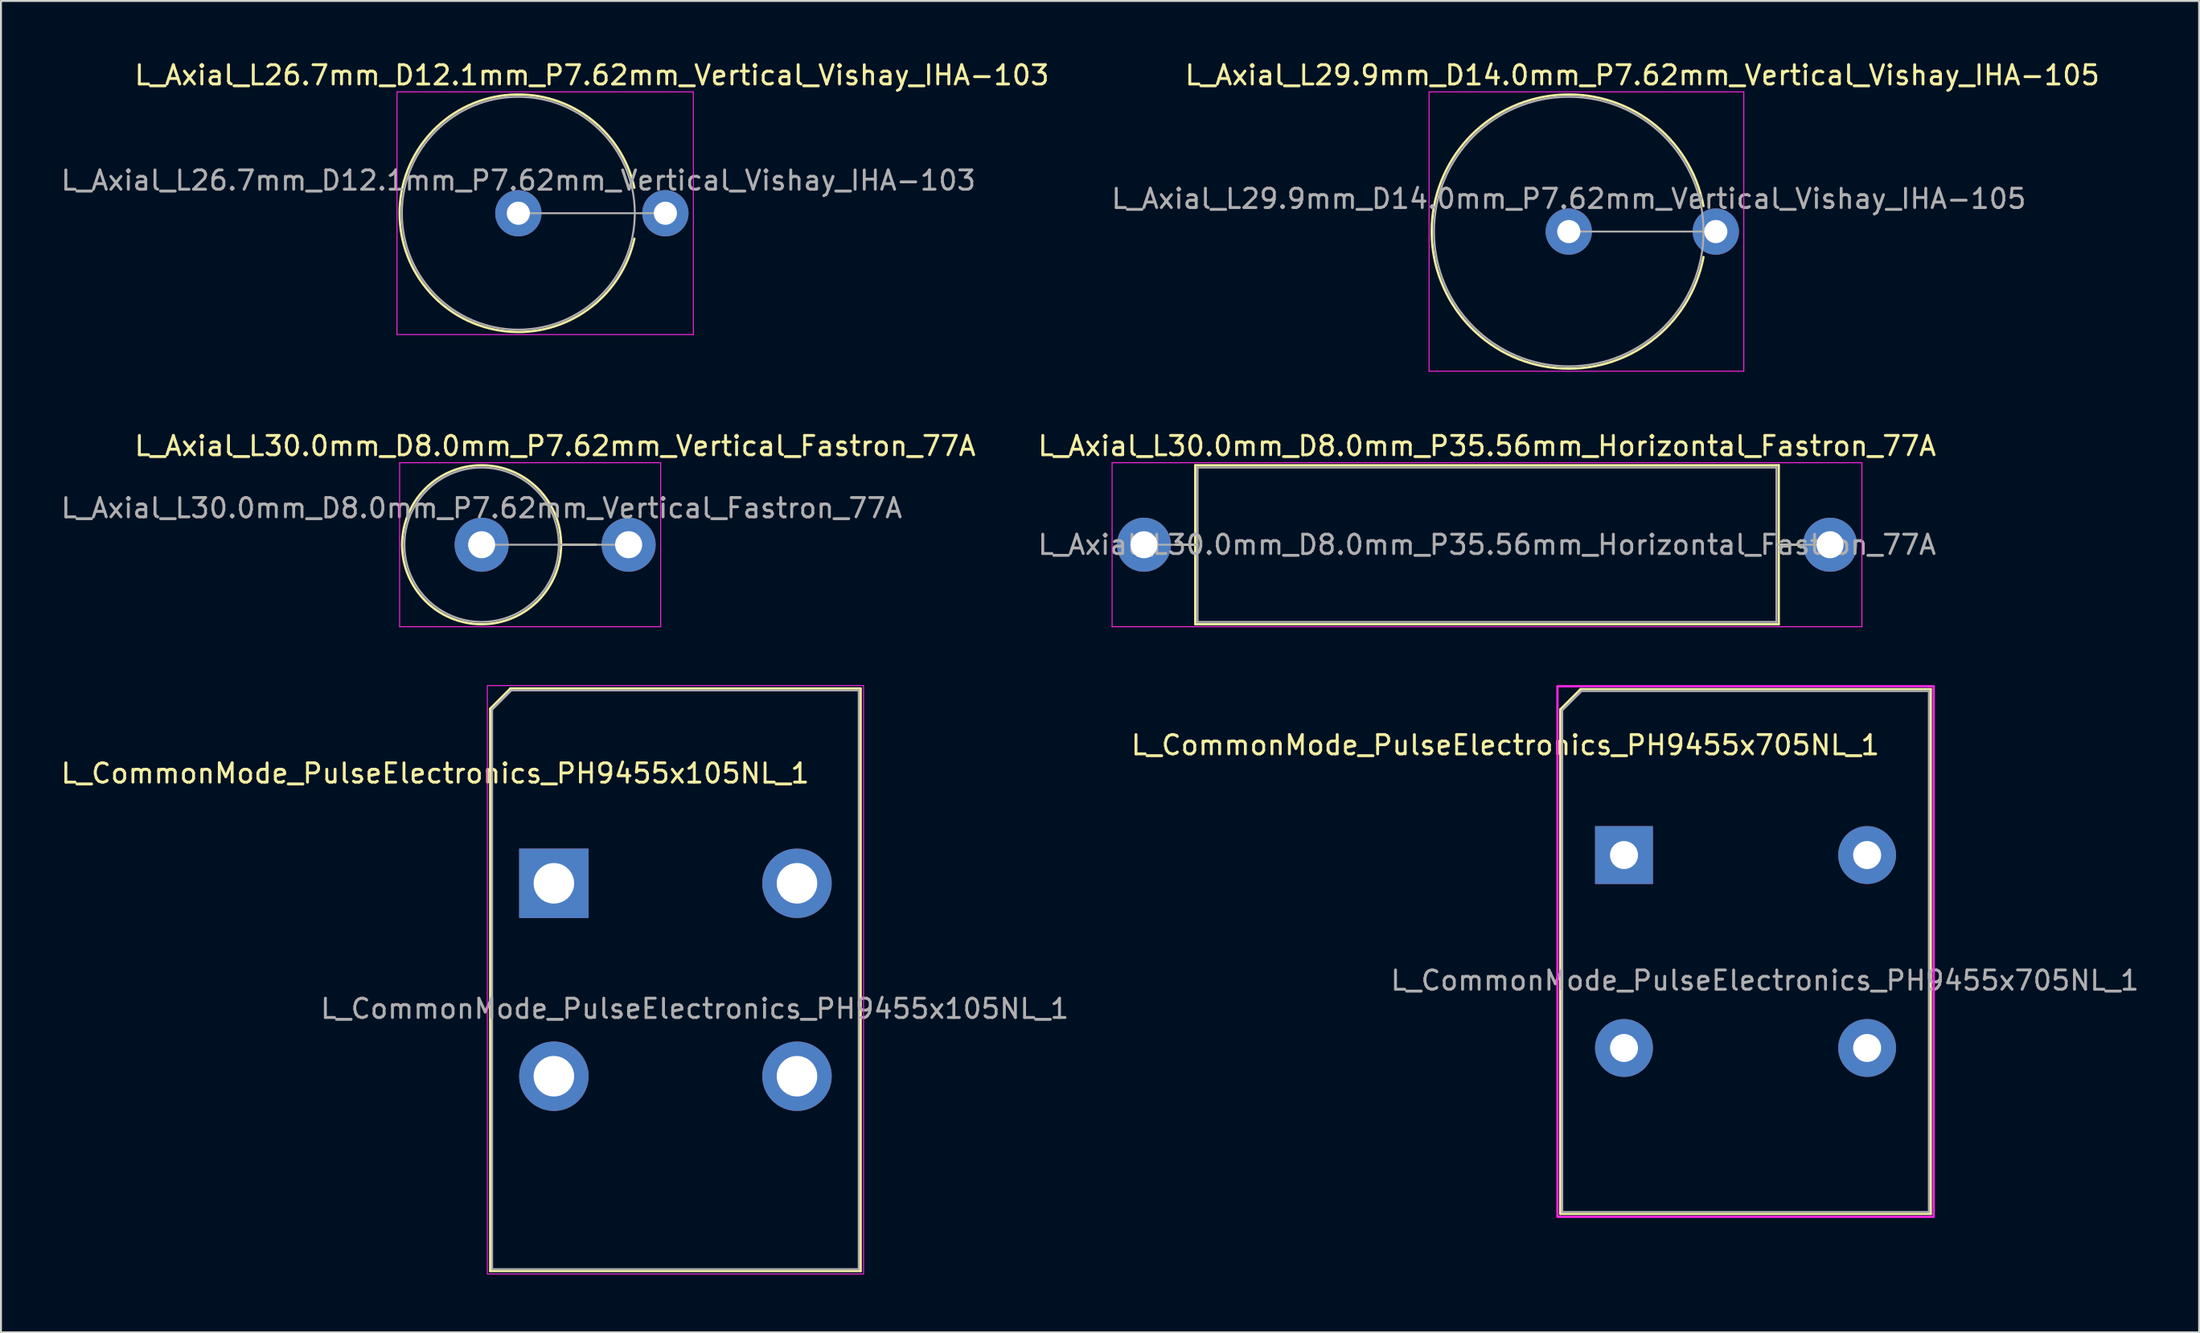
<source format=kicad_pcb>
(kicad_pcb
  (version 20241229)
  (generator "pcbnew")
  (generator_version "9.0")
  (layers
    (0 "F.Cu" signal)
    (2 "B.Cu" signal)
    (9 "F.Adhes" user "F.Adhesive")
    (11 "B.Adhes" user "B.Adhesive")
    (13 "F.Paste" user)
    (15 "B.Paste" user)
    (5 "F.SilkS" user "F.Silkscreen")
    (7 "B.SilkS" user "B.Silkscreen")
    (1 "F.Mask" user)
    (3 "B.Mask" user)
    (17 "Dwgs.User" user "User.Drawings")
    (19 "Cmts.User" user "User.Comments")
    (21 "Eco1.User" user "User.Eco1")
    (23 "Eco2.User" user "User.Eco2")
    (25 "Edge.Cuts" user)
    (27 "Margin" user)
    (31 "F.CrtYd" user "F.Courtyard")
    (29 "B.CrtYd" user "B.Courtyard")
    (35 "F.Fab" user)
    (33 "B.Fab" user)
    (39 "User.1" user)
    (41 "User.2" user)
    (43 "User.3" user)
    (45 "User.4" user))
  (footprint "L_Axial_L30.0mm_D8.0mm_P35.56mm_Horizontal_Fastron_77A"
    (layer "F.Cu")
    (at 56.238 25.186)
    (property "Reference" "L_Axial_L30.0mm_D8.0mm_P35.56mm_Horizontal_Fastron_77A" (at 17.78 -5.12 0) (layer "F.SilkS") (effects (font (size 1 1) (thickness 0.15))))
    (attr through_hole)
    (fp_line (start 1.64 0) (end 2.66 0) (stroke (width 0.12) (type solid)) (layer "F.SilkS"))
    (fp_line (start 2.66 -4.12) (end 2.66 4.12) (stroke (width 0.12) (type solid)) (layer "F.SilkS"))
    (fp_line (start 2.66 4.12) (end 32.9 4.12) (stroke (width 0.12) (type solid)) (layer "F.SilkS"))
    (fp_line (start 32.9 -4.12) (end 2.66 -4.12) (stroke (width 0.12) (type solid)) (layer "F.SilkS"))
    (fp_line (start 32.9 4.12) (end 32.9 -4.12) (stroke (width 0.12) (type solid)) (layer "F.SilkS"))
    (fp_line (start 33.92 0) (end 32.9 0) (stroke (width 0.12) (type solid)) (layer "F.SilkS"))
    (fp_line (start -1.65 -4.25) (end -1.65 4.25) (stroke (width 0.05) (type solid)) (layer "F.CrtYd"))
    (fp_line (start -1.65 4.25) (end 37.21 4.25) (stroke (width 0.05) (type solid)) (layer "F.CrtYd"))
    (fp_line (start 37.21 -4.25) (end -1.65 -4.25) (stroke (width 0.05) (type solid)) (layer "F.CrtYd"))
    (fp_line (start 37.21 4.25) (end 37.21 -4.25) (stroke (width 0.05) (type solid)) (layer "F.CrtYd"))
    (fp_line (start 0 0) (end 2.78 0) (stroke (width 0.1) (type solid)) (layer "F.Fab"))
    (fp_line (start 2.78 -4) (end 2.78 4) (stroke (width 0.1) (type solid)) (layer "F.Fab"))
    (fp_line (start 2.78 4) (end 32.78 4) (stroke (width 0.1) (type solid)) (layer "F.Fab"))
    (fp_line (start 32.78 -4) (end 2.78 -4) (stroke (width 0.1) (type solid)) (layer "F.Fab"))
    (fp_line (start 32.78 4) (end 32.78 -4) (stroke (width 0.1) (type solid)) (layer "F.Fab"))
    (fp_line (start 35.56 0) (end 32.78 0) (stroke (width 0.1) (type solid)) (layer "F.Fab"))
    (fp_text user "${REFERENCE}" (at 17.78 0 0) (layer "F.Fab") (effects (font (size 1 1) (thickness 0.15))))
    (pad "1" thru_hole circle (at 0 0) (size 2.8 2.8) (drill 1.4) (layers "*.Cu" "*.Mask"))
    (pad "2" thru_hole oval (at 35.56 0) (size 2.8 2.8) (drill 1.4) (layers "*.Cu" "*.Mask")))
  (footprint "L_Axial_L26.7mm_D12.1mm_P7.62mm_Vertical_Vishay_IHA-103"
    (layer "F.Cu")
    (at 23.815 8.003)
    (property "Reference" "L_Axial_L26.7mm_D12.1mm_P7.62mm_Vertical_Vishay_IHA-103" (at 3.81 -7.155 0) (layer "F.SilkS") (effects (font (size 1 1) (thickness 0.15))))
    (attr through_hole)
    (fp_arc (start 6.01179 1.32) (mid -6.155 0) (end 6.01179 -1.32) (stroke (width 0.12) (type solid)) (layer "F.SilkS"))
    (fp_line (start -6.29 -6.29) (end -6.29 6.29) (stroke (width 0.05) (type solid)) (layer "F.CrtYd"))
    (fp_line (start -6.29 6.29) (end 9.07 6.29) (stroke (width 0.05) (type solid)) (layer "F.CrtYd"))
    (fp_line (start 9.07 -6.29) (end -6.29 -6.29) (stroke (width 0.05) (type solid)) (layer "F.CrtYd"))
    (fp_line (start 9.07 6.29) (end 9.07 -6.29) (stroke (width 0.05) (type solid)) (layer "F.CrtYd"))
    (fp_line (start 0 0) (end 7.62 0) (stroke (width 0.1) (type solid)) (layer "F.Fab"))
    (fp_circle (center 0 0) (end 6.035 0) (stroke (width 0.1) (type solid)) (fill no) (layer "F.Fab"))
    (fp_text user "${REFERENCE}" (at 0 -1.7 0) (layer "F.Fab") (effects (font (size 1 1) (thickness 0.15))))
    (pad "1" thru_hole circle (at 0 0) (size 2.4 2.4) (drill 1.2) (layers "*.Cu" "*.Mask"))
    (pad "2" thru_hole oval (at 7.62 0) (size 2.4 2.4) (drill 1.2) (layers "*.Cu" "*.Mask")))
  (footprint "L_CommonMode_PulseElectronics_PH9455x705NL_1"
    (layer "F.Cu")
    (at 81.118 41.272)
    (property "Reference" "L_CommonMode_PulseElectronics_PH9455x705NL_1" (at -6.15 -5.7 0) (unlocked yes) (layer "F.SilkS") (effects (font (size 1 1) (thickness 0.15))))
    (attr through_hole)
    (fp_line (start -3.3 -7.55) (end -3.3 18.6) (stroke (width 0.12) (type solid)) (layer "F.SilkS"))
    (fp_line (start -3.3 18.6) (end 15.9 18.6) (stroke (width 0.12) (type solid)) (layer "F.SilkS"))
    (fp_line (start -2.25 -8.6) (end -3.3 -7.55) (stroke (width 0.12) (type solid)) (layer "F.SilkS"))
    (fp_line (start 15.9 -8.6) (end -2.25 -8.6) (stroke (width 0.12) (type solid)) (layer "F.SilkS"))
    (fp_line (start 15.9 18.6) (end 15.9 -8.6) (stroke (width 0.12) (type solid)) (layer "F.SilkS"))
    (fp_rect (start -3.45 -8.75) (end 16.05 18.75) (stroke (width 0.12) (type solid)) (fill no) (layer "F.CrtYd"))
    (fp_line (start -3.2 -7.5) (end -2.2 -8.5) (stroke (width 0.1) (type solid)) (layer "F.Fab"))
    (fp_line (start -3.2 18.5) (end -3.2 -7.5) (stroke (width 0.1) (type solid)) (layer "F.Fab"))
    (fp_line (start -2.2 -8.5) (end 15.8 -8.5) (stroke (width 0.1) (type solid)) (layer "F.Fab"))
    (fp_line (start 15.8 -8.5) (end 15.8 18.5) (stroke (width 0.1) (type solid)) (layer "F.Fab"))
    (fp_line (start 15.8 18.5) (end -3.2 18.5) (stroke (width 0.1) (type solid)) (layer "F.Fab"))
    (fp_text user "${REFERENCE}" (at 7.3 6.5 0) (unlocked yes) (layer "F.Fab") (effects (font (size 1 1) (thickness 0.15))))
    (pad "1" thru_hole rect (at 0 0) (size 3 3) (drill 1.45) (layers "*.Cu" "*.Mask"))
    (pad "2" thru_hole circle (at 0 10) (size 3 3) (drill 1.45) (layers "*.Cu" "*.Mask"))
    (pad "3" thru_hole circle (at 12.6 10) (size 3 3) (drill 1.45) (layers "*.Cu" "*.Mask"))
    (pad "4" thru_hole circle (at 12.6 0) (size 3 3) (drill 1.45) (layers "*.Cu" "*.Mask")))
  (footprint "L_Axial_L30.0mm_D8.0mm_P7.62mm_Vertical_Fastron_77A"
    (layer "F.Cu")
    (at 21.911 25.186)
    (property "Reference" "L_Axial_L30.0mm_D8.0mm_P7.62mm_Vertical_Fastron_77A" (at 3.81 -5.12 0) (layer "F.SilkS") (effects (font (size 1 1) (thickness 0.15))))
    (attr through_hole)
    (fp_line (start 4.12 0) (end 5.92 0) (stroke (width 0.12) (type solid)) (layer "F.SilkS"))
    (fp_circle (center 0 0) (end 4.12 0) (stroke (width 0.12) (type solid)) (fill no) (layer "F.SilkS"))
    (fp_line (start -4.25 -4.25) (end -4.25 4.25) (stroke (width 0.05) (type solid)) (layer "F.CrtYd"))
    (fp_line (start -4.25 4.25) (end 9.28 4.25) (stroke (width 0.05) (type solid)) (layer "F.CrtYd"))
    (fp_line (start 9.28 -4.25) (end -4.25 -4.25) (stroke (width 0.05) (type solid)) (layer "F.CrtYd"))
    (fp_line (start 9.28 4.25) (end 9.28 -4.25) (stroke (width 0.05) (type solid)) (layer "F.CrtYd"))
    (fp_line (start 0 0) (end 7.62 0) (stroke (width 0.1) (type solid)) (layer "F.Fab"))
    (fp_circle (center 0 0) (end 4 0) (stroke (width 0.1) (type solid)) (fill no) (layer "F.Fab"))
    (fp_text user "${REFERENCE}" (at 0 -1.9 0) (layer "F.Fab") (effects (font (size 1 1) (thickness 0.15))))
    (pad "1" thru_hole circle (at 0 0) (size 2.8 2.8) (drill 1.4) (layers "*.Cu" "*.Mask"))
    (pad "2" thru_hole oval (at 7.62 0) (size 2.8 2.8) (drill 1.4) (layers "*.Cu" "*.Mask")))
  (footprint "L_CommonMode_PulseElectronics_PH9455x105NL_1"
    (layer "F.Cu")
    (at 25.656 42.736)
    (property "Reference" "L_CommonMode_PulseElectronics_PH9455x105NL_1" (at -6.15 -5.7 0) (unlocked yes) (layer "F.SilkS") (effects (font (size 1 1) (thickness 0.15))))
    (attr through_hole)
    (fp_line (start -3.3 -9.05) (end -3.3 20.1) (stroke (width 0.12) (type solid)) (layer "F.SilkS"))
    (fp_line (start -3.3 20.1) (end 15.9 20.1) (stroke (width 0.12) (type solid)) (layer "F.SilkS"))
    (fp_line (start -2.25 -10.1) (end -3.3 -9.05) (stroke (width 0.12) (type solid)) (layer "F.SilkS"))
    (fp_line (start 15.9 -10.1) (end -2.25 -10.1) (stroke (width 0.12) (type solid)) (layer "F.SilkS"))
    (fp_line (start 15.9 20.1) (end 15.9 -10.1) (stroke (width 0.12) (type solid)) (layer "F.SilkS"))
    (fp_rect (start -3.45 -10.25) (end 16.05 20.25) (stroke (width 0.05) (type solid)) (fill no) (layer "F.CrtYd"))
    (fp_line (start -3.2 -9) (end -2.2 -10) (stroke (width 0.1) (type solid)) (layer "F.Fab"))
    (fp_line (start -3.2 20) (end -3.2 -9) (stroke (width 0.1) (type solid)) (layer "F.Fab"))
    (fp_line (start -2.2 -10) (end 15.8 -10) (stroke (width 0.1) (type solid)) (layer "F.Fab"))
    (fp_line (start 15.8 -10) (end 15.8 20) (stroke (width 0.1) (type solid)) (layer "F.Fab"))
    (fp_line (start 15.8 20) (end -3.2 20) (stroke (width 0.1) (type solid)) (layer "F.Fab"))
    (fp_text user "${REFERENCE}" (at 7.3 6.5 0) (unlocked yes) (layer "F.Fab") (effects (font (size 1 1) (thickness 0.15))))
    (pad "1" thru_hole rect (at 0 0) (size 3.6 3.6) (drill 2.1) (layers "*.Cu" "*.Mask"))
    (pad "2" thru_hole circle (at 0 10) (size 3.6 3.6) (drill 2.1) (layers "*.Cu" "*.Mask"))
    (pad "3" thru_hole circle (at 12.6 10) (size 3.6 3.6) (drill 2.1) (layers "*.Cu" "*.Mask"))
    (pad "4" thru_hole circle (at 12.6 0) (size 3.6 3.6) (drill 2.1) (layers "*.Cu" "*.Mask")))
  (footprint "L_Axial_L29.9mm_D14.0mm_P7.62mm_Vertical_Vishay_IHA-105"
    (layer "F.Cu")
    (at 78.256 8.953)
    (property "Reference" "L_Axial_L29.9mm_D14.0mm_P7.62mm_Vertical_Vishay_IHA-105" (at 3.81 -8.105 0) (layer "F.SilkS") (effects (font (size 1 1) (thickness 0.15))))
    (attr through_hole)
    (fp_arc (start 6.981305 1.32) (mid -7.105 0) (end 6.981305 -1.32) (stroke (width 0.12) (type solid)) (layer "F.SilkS"))
    (fp_line (start -7.24 -7.24) (end -7.24 7.24) (stroke (width 0.05) (type solid)) (layer "F.CrtYd"))
    (fp_line (start -7.24 7.24) (end 9.07 7.24) (stroke (width 0.05) (type solid)) (layer "F.CrtYd"))
    (fp_line (start 9.07 -7.24) (end -7.24 -7.24) (stroke (width 0.05) (type solid)) (layer "F.CrtYd"))
    (fp_line (start 9.07 7.24) (end 9.07 -7.24) (stroke (width 0.05) (type solid)) (layer "F.CrtYd"))
    (fp_line (start 0 0) (end 7.62 0) (stroke (width 0.1) (type solid)) (layer "F.Fab"))
    (fp_circle (center 0 0) (end 6.985 0) (stroke (width 0.1) (type solid)) (fill no) (layer "F.Fab"))
    (fp_text user "${REFERENCE}" (at 0 -1.7 0) (layer "F.Fab") (effects (font (size 1 1) (thickness 0.15))))
    (pad "1" thru_hole circle (at 0 0) (size 2.4 2.4) (drill 1.2) (layers "*.Cu" "*.Mask"))
    (pad "2" thru_hole oval (at 7.62 0) (size 2.4 2.4) (drill 1.2) (layers "*.Cu" "*.Mask")))
  (gr_rect
    (start -3 -3)
    (end 110.924 66.011)
    (stroke (width 0.1) (type default))
    (fill no)
    (layer "Edge.Cuts")))
</source>
